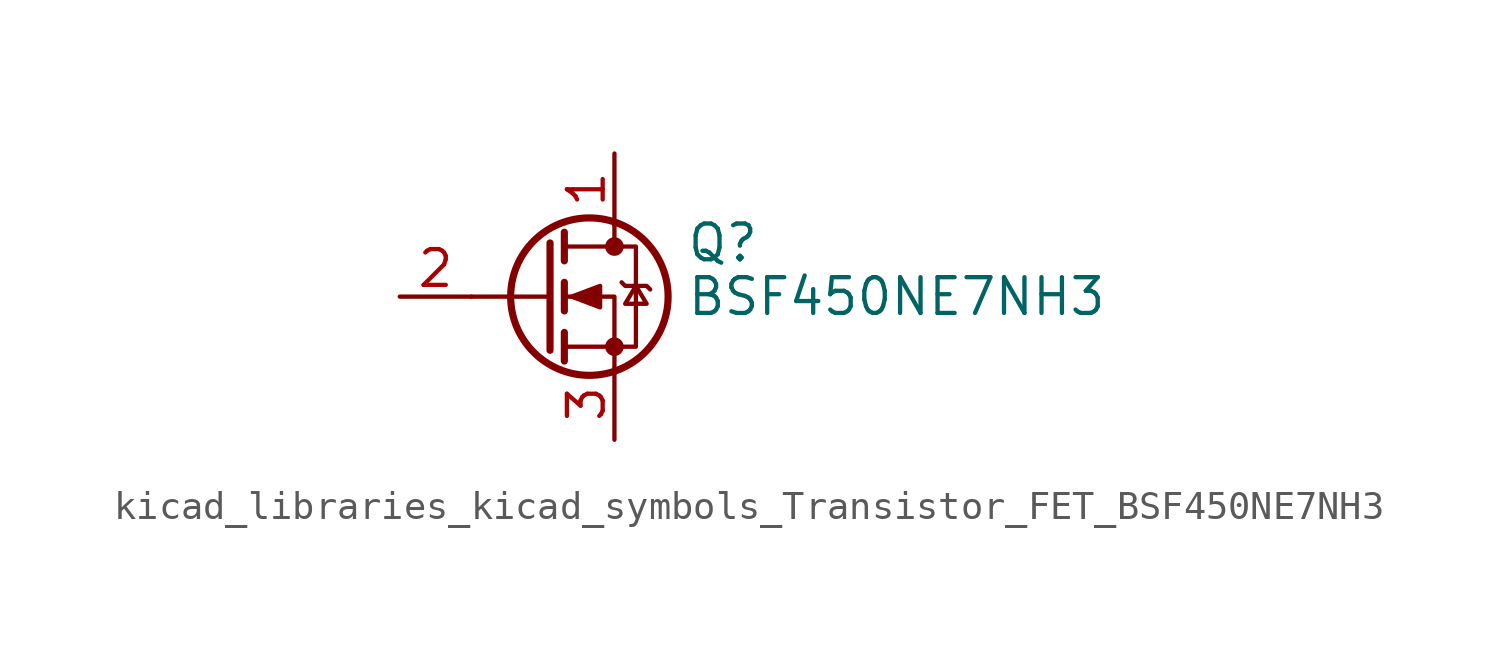
<source format=kicad_sym>
(kicad_symbol_lib
  (version 20220914)
  (generator kicad_symbol_editor)
  (symbol "kicad_libraries_kicad_symbols_Transistor_FET_BSF450NE7NH3"
    (pin_names hide)
    (property "Reference" "Q"
      (at 5.08 1.905 0)
      (effects (font (size 1.27 1.27)) (justify left)))
    (property "Value" "BSF450NE7NH3"
      (at 5.08 0 0)
      (effects (font (size 1.27 1.27)) (justify left)))
    (symbol "kicad_libraries_kicad_symbols_Transistor_FET_BSF450NE7NH3_0_1"
      (polyline (pts (xy 0.254 0) (xy -2.54 0)) (stroke (width 0) (type default)) (fill (type none)))
      (polyline (pts (xy 0.254 1.905) (xy 0.254 -1.905)) (stroke (width 0.254) (type default)) (fill (type none)))
      (polyline (pts (xy 0.762 -1.27) (xy 0.762 -2.286)) (stroke (width 0.254) (type default)) (fill (type none)))
      (polyline (pts (xy 0.762 0.508) (xy 0.762 -0.508)) (stroke (width 0.254) (type default)) (fill (type none)))
      (polyline (pts (xy 0.762 2.286) (xy 0.762 1.27)) (stroke (width 0.254) (type default)) (fill (type none)))
      (polyline (pts (xy 2.54 2.54) (xy 2.54 1.778)) (stroke (width 0) (type default)) (fill (type none)))
      (polyline (pts (xy 2.54 -2.54) (xy 2.54 0) (xy 0.762 0)) (stroke (width 0) (type default)) (fill (type none)))
      (polyline (pts (xy 0.762 -1.778) (xy 3.302 -1.778) (xy 3.302 1.778) (xy 0.762 1.778)) (stroke (width 0) (type default)) (fill (type none)))
      (polyline (pts (xy 1.016 0) (xy 2.032 0.381) (xy 2.032 -0.381) (xy 1.016 0)) (stroke (width 0) (type default)) (fill (type outline)))
      (polyline (pts (xy 2.794 0.508) (xy 2.921 0.381) (xy 3.683 0.381) (xy 3.81 0.254)) (stroke (width 0) (type default)) (fill (type none)))
      (polyline (pts (xy 3.302 0.381) (xy 2.921 -0.254) (xy 3.683 -0.254) (xy 3.302 0.381)) (stroke (width 0) (type default)) (fill (type none)))
      (circle (center 1.651 0) (radius 2.794) (stroke (width 0.254) (type default)) (fill (type none)))
      (circle (center 2.54 -1.778) (radius 0.254) (stroke (width 0) (type default)) (fill (type outline)))
      (circle (center 2.54 1.778) (radius 0.254) (stroke (width 0) (type default)) (fill (type outline))))
    (symbol "kicad_libraries_kicad_symbols_Transistor_FET_BSF450NE7NH3_1_1"
      (pin passive line (at 2.54 5.08 270) (length 2.54) (name "D" (effects (font (size 1.27 1.27)))) (number "1" (effects (font (size 1.27 1.27)))))
      (pin input line (at -5.08 0 0) (length 2.54) (name "G" (effects (font (size 1.27 1.27)))) (number "2" (effects (font (size 1.27 1.27)))))
      (pin passive line (at 2.54 -5.08 90) (length 2.54) (name "S" (effects (font (size 1.27 1.27)))) (number "3" (effects (font (size 1.27 1.27))))))))
</source>
